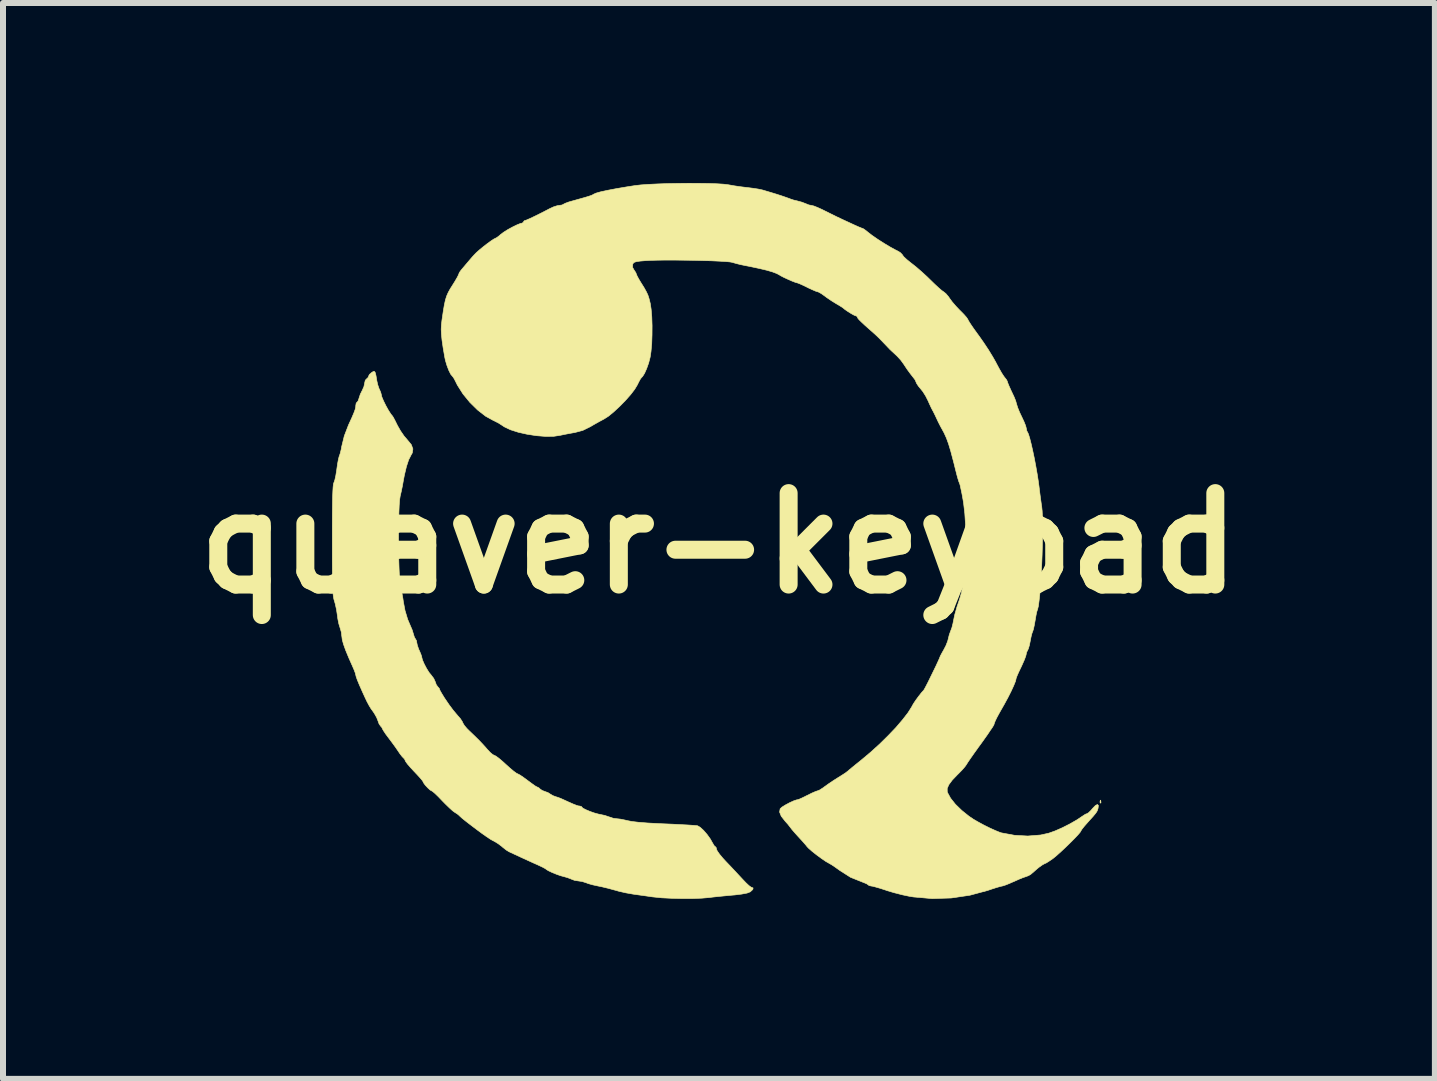
<source format=kicad_pcb>
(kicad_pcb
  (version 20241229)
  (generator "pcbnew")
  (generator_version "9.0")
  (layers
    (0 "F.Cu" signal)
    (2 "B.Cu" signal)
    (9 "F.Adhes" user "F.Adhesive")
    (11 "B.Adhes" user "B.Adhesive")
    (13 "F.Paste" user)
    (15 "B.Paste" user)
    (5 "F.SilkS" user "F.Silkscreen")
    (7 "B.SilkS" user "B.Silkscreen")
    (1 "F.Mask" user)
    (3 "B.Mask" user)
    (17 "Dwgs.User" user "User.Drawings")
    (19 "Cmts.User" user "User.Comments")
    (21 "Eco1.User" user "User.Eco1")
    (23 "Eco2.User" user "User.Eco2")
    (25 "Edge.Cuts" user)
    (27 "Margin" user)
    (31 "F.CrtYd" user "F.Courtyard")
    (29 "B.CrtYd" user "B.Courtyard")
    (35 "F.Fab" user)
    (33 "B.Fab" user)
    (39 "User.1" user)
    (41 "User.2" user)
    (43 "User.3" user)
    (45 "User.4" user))
  (footprint "quaver-keypad"
    (layer "F.Cu")
    (at 8.934 6.004)
    (property "Reference" "quaver-keypad" (at 0 0 0) (layer "F.SilkS") (effects (font (size 1.524 1.524) (thickness 0.3))))
    (attr through_hole)
    (fp_poly (pts (xy 6.364 4.293) (xy 6.367 4.326) (xy 6.363 4.333) (xy 6.353 4.327) (xy 6.352 4.306) (xy 6.357 4.283) (xy 6.364 4.293)) (stroke (width 0.01) (type solid)) (fill yes) (layer "F.SilkS"))
    (fp_poly (pts (xy -5.728 -2.84) (xy -5.716 -2.788) (xy -5.704 -2.713) (xy -5.688 -2.641) (xy -5.666 -2.576) (xy -5.66 -2.565) (xy -5.639 -2.517) (xy -5.63 -2.484) (xy -5.62 -2.44) (xy -5.592 -2.373) (xy -5.553 -2.294) (xy -5.51 -2.216) (xy -5.468 -2.151) (xy -5.44 -2.117) (xy -5.426 -2.094) (xy -5.399 -2.043) (xy -5.365 -1.974) (xy -5.358 -1.96) (xy -5.308 -1.872) (xy -5.248 -1.785) (xy -5.194 -1.722) (xy -5.128 -1.642) (xy -5.102 -1.571) (xy -5.112 -1.504) (xy -5.134 -1.466) (xy -5.172 -1.391) (xy -5.209 -1.279) (xy -5.243 -1.137) (xy -5.26 -1.048) (xy -5.277 -0.952) (xy -5.296 -0.86) (xy -5.313 -0.788) (xy -5.314 -0.783) (xy -5.323 -0.725) (xy -5.33 -0.632) (xy -5.335 -0.511) (xy -5.339 -0.368) (xy -5.341 -0.21) (xy -5.341 -0.045) (xy -5.34 0.122) (xy -5.337 0.282) (xy -5.332 0.429) (xy -5.326 0.556) (xy -5.319 0.656) (xy -5.309 0.722) (xy -5.308 0.73) (xy -5.286 0.824) (xy -5.268 0.924) (xy -5.261 0.974) (xy -5.233 1.123) (xy -5.189 1.27) (xy -5.144 1.376) (xy -5.114 1.445) (xy -5.093 1.514) (xy -5.092 1.518) (xy -5.076 1.569) (xy -5.058 1.598) (xy -5.057 1.599) (xy -5.041 1.628) (xy -5.037 1.658) (xy -5.027 1.705) (xy -5.005 1.768) (xy -4.995 1.789) (xy -4.97 1.847) (xy -4.955 1.891) (xy -4.954 1.901) (xy -4.942 1.947) (xy -4.913 2.014) (xy -4.874 2.088) (xy -4.833 2.154) (xy -4.796 2.199) (xy -4.796 2.2) (xy -4.755 2.253) (xy -4.73 2.308) (xy -4.711 2.361) (xy -4.687 2.393) (xy -4.661 2.423) (xy -4.657 2.437) (xy -4.646 2.462) (xy -4.617 2.512) (xy -4.576 2.579) (xy -4.563 2.598) (xy -4.497 2.695) (xy -4.432 2.782) (xy -4.356 2.873) (xy -4.311 2.924) (xy -4.279 2.973) (xy -4.267 3) (xy -4.245 3.037) (xy -4.202 3.088) (xy -4.166 3.124) (xy -4.071 3.215) (xy -3.999 3.286) (xy -3.94 3.348) (xy -3.884 3.41) (xy -3.863 3.435) (xy -3.813 3.488) (xy -3.77 3.524) (xy -3.747 3.535) (xy -3.718 3.549) (xy -3.668 3.586) (xy -3.604 3.64) (xy -3.557 3.683) (xy -3.486 3.747) (xy -3.423 3.8) (xy -3.375 3.835) (xy -3.356 3.844) (xy -3.319 3.863) (xy -3.261 3.902) (xy -3.193 3.952) (xy -3.181 3.961) (xy -3.116 4.009) (xy -3.064 4.046) (xy -3.033 4.063) (xy -3.03 4.064) (xy -3.002 4.078) (xy -2.986 4.094) (xy -2.948 4.121) (xy -2.904 4.138) (xy -2.849 4.158) (xy -2.815 4.18) (xy -2.77 4.207) (xy -2.731 4.222) (xy -2.672 4.241) (xy -2.614 4.265) (xy -2.507 4.314) (xy -2.432 4.347) (xy -2.381 4.367) (xy -2.348 4.378) (xy -2.326 4.381) (xy -2.322 4.381) (xy -2.291 4.39) (xy -2.286 4.399) (xy -2.268 4.417) (xy -2.219 4.442) (xy -2.153 4.47) (xy -2.08 4.496) (xy -2.011 4.515) (xy -1.977 4.522) (xy -1.902 4.538) (xy -1.832 4.562) (xy -1.828 4.563) (xy -1.762 4.585) (xy -1.7 4.593) (xy -1.645 4.599) (xy -1.57 4.614) (xy -1.523 4.625) (xy -1.451 4.639) (xy -1.339 4.652) (xy -1.189 4.664) (xy -1.002 4.674) (xy -0.911 4.678) (xy -0.767 4.684) (xy -0.634 4.691) (xy -0.52 4.697) (xy -0.43 4.703) (xy -0.372 4.708) (xy -0.357 4.71) (xy -0.314 4.735) (xy -0.258 4.786) (xy -0.199 4.854) (xy -0.145 4.929) (xy -0.104 5.002) (xy -0.102 5.005) (xy -0.079 5.044) (xy -0.06 5.059) (xy -0.045 5.077) (xy -0.042 5.1) (xy -0.028 5.131) (xy 0.01 5.185) (xy 0.065 5.251) (xy 0.111 5.301) (xy 0.194 5.388) (xy 0.283 5.483) (xy 0.364 5.57) (xy 0.39 5.598) (xy 0.449 5.66) (xy 0.5 5.708) (xy 0.536 5.734) (xy 0.543 5.736) (xy 0.569 5.747) (xy 0.563 5.773) (xy 0.526 5.807) (xy 0.52 5.812) (xy 0.468 5.832) (xy 0.378 5.849) (xy 0.257 5.864) (xy 0.239 5.865) (xy 0.121 5.876) (xy -0.003 5.888) (xy -0.114 5.9) (xy -0.158 5.906) (xy -0.287 5.917) (xy -0.445 5.923) (xy -0.617 5.923) (xy -0.792 5.919) (xy -0.955 5.911) (xy -1.092 5.897) (xy -1.111 5.895) (xy -1.22 5.879) (xy -1.336 5.863) (xy -1.435 5.849) (xy -1.45 5.846) (xy -1.553 5.828) (xy -1.667 5.802) (xy -1.746 5.78) (xy -1.844 5.753) (xy -1.948 5.728) (xy -2.021 5.713) (xy -2.103 5.695) (xy -2.178 5.674) (xy -2.215 5.66) (xy -2.281 5.639) (xy -2.342 5.63) (xy -2.407 5.62) (xy -2.459 5.6) (xy -2.523 5.575) (xy -2.586 5.557) (xy -2.642 5.542) (xy -2.712 5.517) (xy -2.783 5.488) (xy -2.842 5.46) (xy -2.877 5.439) (xy -2.879 5.436) (xy -2.903 5.42) (xy -2.955 5.393) (xy -3.017 5.364) (xy -3.098 5.328) (xy -3.196 5.283) (xy -3.301 5.235) (xy -3.398 5.19) (xy -3.476 5.154) (xy -3.503 5.141) (xy -3.545 5.115) (xy -3.599 5.073) (xy -3.619 5.055) (xy -3.683 5.007) (xy -3.751 4.966) (xy -3.768 4.958) (xy -3.807 4.936) (xy -3.872 4.893) (xy -3.953 4.836) (xy -4.042 4.77) (xy -4.132 4.702) (xy -4.215 4.638) (xy -4.281 4.585) (xy -4.323 4.547) (xy -4.329 4.54) (xy -4.363 4.512) (xy -4.403 4.487) (xy -4.439 4.461) (xy -4.495 4.41) (xy -4.562 4.345) (xy -4.612 4.294) (xy -4.677 4.226) (xy -4.734 4.171) (xy -4.774 4.137) (xy -4.79 4.128) (xy -4.816 4.113) (xy -4.855 4.077) (xy -4.896 4.033) (xy -4.925 3.993) (xy -4.932 3.976) (xy -4.946 3.954) (xy -4.983 3.91) (xy -5.038 3.85) (xy -5.08 3.806) (xy -5.143 3.738) (xy -5.192 3.681) (xy -5.222 3.64) (xy -5.228 3.627) (xy -5.244 3.593) (xy -5.255 3.584) (xy -5.281 3.557) (xy -5.319 3.508) (xy -5.344 3.471) (xy -5.389 3.405) (xy -5.448 3.324) (xy -5.508 3.244) (xy -5.556 3.18) (xy -5.591 3.127) (xy -5.609 3.096) (xy -5.609 3.093) (xy -5.624 3.065) (xy -5.64 3.049) (xy -5.666 3.011) (xy -5.684 2.961) (xy -5.705 2.907) (xy -5.742 2.841) (xy -5.764 2.808) (xy -5.801 2.757) (xy -5.833 2.704) (xy -5.868 2.639) (xy -5.909 2.552) (xy -5.948 2.466) (xy -5.997 2.355) (xy -6.029 2.277) (xy -6.047 2.226) (xy -6.054 2.198) (xy -6.054 2.197) (xy -6.062 2.164) (xy -6.083 2.109) (xy -6.097 2.076) (xy -6.169 1.914) (xy -6.222 1.786) (xy -6.258 1.686) (xy -6.279 1.61) (xy -6.286 1.554) (xy -6.287 1.549) (xy -6.295 1.481) (xy -6.316 1.41) (xy -6.317 1.407) (xy -6.336 1.345) (xy -6.353 1.262) (xy -6.361 1.201) (xy -6.375 1.108) (xy -6.396 1.012) (xy -6.41 0.963) (xy -6.419 0.933) (xy -6.426 0.896) (xy -6.432 0.848) (xy -6.436 0.785) (xy -6.44 0.704) (xy -6.442 0.599) (xy -6.444 0.467) (xy -6.445 0.305) (xy -6.445 0.106) (xy -6.445 -0.053) (xy -6.445 -0.287) (xy -6.444 -0.483) (xy -6.442 -0.642) (xy -6.44 -0.768) (xy -6.436 -0.864) (xy -6.432 -0.934) (xy -6.427 -0.981) (xy -6.42 -1.007) (xy -6.418 -1.01) (xy -6.403 -1.053) (xy -6.387 -1.125) (xy -6.373 -1.211) (xy -6.37 -1.233) (xy -6.358 -1.319) (xy -6.344 -1.394) (xy -6.332 -1.443) (xy -6.329 -1.45) (xy -6.314 -1.494) (xy -6.297 -1.562) (xy -6.289 -1.609) (xy -6.245 -1.788) (xy -6.176 -1.968) (xy -6.171 -1.979) (xy -6.12 -2.09) (xy -6.086 -2.17) (xy -6.065 -2.227) (xy -6.055 -2.269) (xy -6.054 -2.293) (xy -6.047 -2.334) (xy -6.034 -2.349) (xy -6.017 -2.368) (xy -6.001 -2.412) (xy -6 -2.417) (xy -5.978 -2.483) (xy -5.945 -2.549) (xy -5.918 -2.61) (xy -5.906 -2.668) (xy -5.906 -2.67) (xy -5.895 -2.716) (xy -5.874 -2.738) (xy -5.846 -2.765) (xy -5.842 -2.78) (xy -5.826 -2.813) (xy -5.79 -2.844) (xy -5.761 -2.862) (xy -5.741 -2.862) (xy -5.728 -2.84)) (stroke (width 0.01) (type solid)) (fill yes) (layer "F.SilkS"))
    (fp_poly (pts (xy -0.335 -5.998) (xy -0.176 -5.996) (xy -0.035 -5.991) (xy 0.078 -5.984) (xy 0.158 -5.974) (xy 0.169 -5.972) (xy 0.247 -5.958) (xy 0.348 -5.943) (xy 0.452 -5.93) (xy 0.473 -5.928) (xy 0.566 -5.916) (xy 0.652 -5.903) (xy 0.714 -5.89) (xy 0.727 -5.887) (xy 0.797 -5.866) (xy 0.868 -5.845) (xy 0.95 -5.82) (xy 1.04 -5.791) (xy 1.124 -5.762) (xy 1.185 -5.74) (xy 1.196 -5.735) (xy 1.246 -5.719) (xy 1.31 -5.704) (xy 1.312 -5.703) (xy 1.382 -5.684) (xy 1.444 -5.66) (xy 1.499 -5.638) (xy 1.542 -5.63) (xy 1.58 -5.621) (xy 1.643 -5.596) (xy 1.72 -5.561) (xy 1.75 -5.546) (xy 1.849 -5.497) (xy 1.956 -5.444) (xy 2.066 -5.392) (xy 2.17 -5.344) (xy 2.261 -5.302) (xy 2.333 -5.27) (xy 2.377 -5.252) (xy 2.388 -5.249) (xy 2.414 -5.237) (xy 2.458 -5.204) (xy 2.486 -5.181) (xy 2.555 -5.128) (xy 2.648 -5.064) (xy 2.753 -4.997) (xy 2.855 -4.936) (xy 2.941 -4.889) (xy 2.968 -4.876) (xy 3.021 -4.845) (xy 3.055 -4.811) (xy 3.059 -4.803) (xy 3.081 -4.774) (xy 3.129 -4.729) (xy 3.193 -4.677) (xy 3.21 -4.664) (xy 3.286 -4.604) (xy 3.377 -4.525) (xy 3.47 -4.44) (xy 3.522 -4.389) (xy 3.595 -4.318) (xy 3.662 -4.256) (xy 3.714 -4.211) (xy 3.742 -4.192) (xy 3.782 -4.16) (xy 3.827 -4.107) (xy 3.844 -4.081) (xy 3.887 -4.023) (xy 3.948 -3.952) (xy 4.016 -3.88) (xy 4.024 -3.873) (xy 4.082 -3.814) (xy 4.125 -3.765) (xy 4.147 -3.733) (xy 4.149 -3.728) (xy 4.161 -3.704) (xy 4.194 -3.652) (xy 4.243 -3.58) (xy 4.305 -3.494) (xy 4.333 -3.456) (xy 4.411 -3.345) (xy 4.49 -3.226) (xy 4.561 -3.11) (xy 4.616 -3.013) (xy 4.619 -3.006) (xy 4.666 -2.918) (xy 4.71 -2.84) (xy 4.747 -2.783) (xy 4.763 -2.762) (xy 4.793 -2.724) (xy 4.805 -2.7) (xy 4.814 -2.671) (xy 4.837 -2.615) (xy 4.87 -2.542) (xy 4.908 -2.462) (xy 4.921 -2.434) (xy 4.945 -2.374) (xy 4.963 -2.311) (xy 4.98 -2.257) (xy 5.011 -2.181) (xy 5.049 -2.101) (xy 5.05 -2.099) (xy 5.085 -2.024) (xy 5.111 -1.959) (xy 5.122 -1.917) (xy 5.122 -1.915) (xy 5.132 -1.869) (xy 5.143 -1.851) (xy 5.158 -1.819) (xy 5.179 -1.752) (xy 5.203 -1.658) (xy 5.229 -1.544) (xy 5.256 -1.417) (xy 5.281 -1.284) (xy 5.304 -1.153) (xy 5.323 -1.031) (xy 5.335 -0.942) (xy 5.348 -0.835) (xy 5.363 -0.723) (xy 5.376 -0.629) (xy 5.379 -0.614) (xy 5.387 -0.536) (xy 5.392 -0.428) (xy 5.394 -0.295) (xy 5.394 -0.143) (xy 5.391 0.022) (xy 5.386 0.195) (xy 5.379 0.368) (xy 5.37 0.537) (xy 5.36 0.695) (xy 5.349 0.837) (xy 5.336 0.956) (xy 5.324 1.048) (xy 5.31 1.105) (xy 5.305 1.118) (xy 5.296 1.147) (xy 5.284 1.206) (xy 5.271 1.283) (xy 5.269 1.293) (xy 5.255 1.372) (xy 5.241 1.435) (xy 5.23 1.469) (xy 5.229 1.471) (xy 5.217 1.502) (xy 5.202 1.561) (xy 5.189 1.628) (xy 5.174 1.702) (xy 5.157 1.759) (xy 5.144 1.786) (xy 5.125 1.824) (xy 5.122 1.847) (xy 5.113 1.883) (xy 5.09 1.945) (xy 5.055 2.024) (xy 5.038 2.061) (xy 5 2.14) (xy 4.971 2.205) (xy 4.955 2.247) (xy 4.953 2.255) (xy 4.943 2.299) (xy 4.914 2.371) (xy 4.871 2.465) (xy 4.816 2.574) (xy 4.753 2.69) (xy 4.726 2.737) (xy 4.675 2.827) (xy 4.633 2.904) (xy 4.605 2.962) (xy 4.593 2.993) (xy 4.593 2.993) (xy 4.581 3.03) (xy 4.556 3.072) (xy 4.521 3.122) (xy 4.498 3.157) (xy 4.478 3.187) (xy 4.438 3.243) (xy 4.385 3.318) (xy 4.322 3.404) (xy 4.313 3.417) (xy 4.249 3.506) (xy 4.193 3.586) (xy 4.15 3.649) (xy 4.126 3.687) (xy 4.125 3.689) (xy 4.099 3.726) (xy 4.051 3.781) (xy 3.991 3.843) (xy 3.978 3.855) (xy 3.888 3.949) (xy 3.831 4.026) (xy 3.804 4.089) (xy 3.805 4.144) (xy 3.81 4.158) (xy 3.86 4.25) (xy 3.941 4.352) (xy 4.047 4.455) (xy 4.168 4.552) (xy 4.239 4.6) (xy 4.32 4.647) (xy 4.416 4.699) (xy 4.517 4.749) (xy 4.61 4.791) (xy 4.684 4.821) (xy 4.71 4.829) (xy 4.928 4.869) (xy 5.148 4.881) (xy 5.36 4.864) (xy 5.496 4.834) (xy 5.6 4.797) (xy 5.723 4.743) (xy 5.851 4.678) (xy 5.969 4.61) (xy 6.064 4.546) (xy 6.065 4.546) (xy 6.107 4.518) (xy 6.135 4.508) (xy 6.16 4.493) (xy 6.2 4.454) (xy 6.225 4.424) (xy 6.274 4.373) (xy 6.308 4.355) (xy 6.324 4.371) (xy 6.319 4.417) (xy 6.31 4.448) (xy 6.297 4.476) (xy 6.273 4.509) (xy 6.234 4.556) (xy 6.173 4.623) (xy 6.144 4.656) (xy 6.091 4.716) (xy 6.052 4.765) (xy 6.033 4.795) (xy 6.032 4.798) (xy 6.018 4.821) (xy 5.978 4.867) (xy 5.92 4.928) (xy 5.849 4.999) (xy 5.773 5.073) (xy 5.697 5.144) (xy 5.628 5.206) (xy 5.572 5.252) (xy 5.567 5.256) (xy 5.506 5.298) (xy 5.453 5.331) (xy 5.429 5.341) (xy 5.389 5.363) (xy 5.334 5.402) (xy 5.302 5.428) (xy 5.25 5.474) (xy 5.209 5.509) (xy 5.195 5.521) (xy 5.158 5.542) (xy 5.121 5.556) (xy 5.063 5.576) (xy 5.006 5.599) (xy 4.948 5.625) (xy 4.874 5.657) (xy 4.843 5.671) (xy 4.781 5.696) (xy 4.733 5.712) (xy 4.718 5.715) (xy 4.688 5.722) (xy 4.628 5.739) (xy 4.547 5.765) (xy 4.479 5.788) (xy 4.182 5.868) (xy 3.87 5.914) (xy 3.554 5.924) (xy 3.245 5.897) (xy 3.175 5.886) (xy 3.057 5.861) (xy 2.924 5.827) (xy 2.801 5.791) (xy 2.777 5.782) (xy 2.688 5.753) (xy 2.611 5.731) (xy 2.557 5.717) (xy 2.54 5.715) (xy 2.501 5.706) (xy 2.488 5.695) (xy 2.461 5.677) (xy 2.411 5.656) (xy 2.397 5.651) (xy 2.193 5.569) (xy 2.011 5.453) (xy 1.943 5.404) (xy 1.881 5.362) (xy 1.841 5.339) (xy 1.783 5.306) (xy 1.708 5.255) (xy 1.628 5.196) (xy 1.553 5.137) (xy 1.495 5.086) (xy 1.471 5.061) (xy 1.435 5.017) (xy 1.382 4.957) (xy 1.324 4.894) (xy 1.267 4.831) (xy 1.218 4.774) (xy 1.188 4.735) (xy 1.149 4.685) (xy 1.105 4.636) (xy 1.038 4.551) (xy 1.01 4.481) (xy 1.02 4.426) (xy 1.02 4.426) (xy 1.05 4.399) (xy 1.106 4.364) (xy 1.175 4.327) (xy 1.242 4.296) (xy 1.295 4.278) (xy 1.311 4.276) (xy 1.338 4.267) (xy 1.392 4.243) (xy 1.462 4.208) (xy 1.475 4.202) (xy 1.547 4.166) (xy 1.607 4.14) (xy 1.641 4.128) (xy 1.644 4.128) (xy 1.674 4.116) (xy 1.723 4.085) (xy 1.761 4.058) (xy 1.828 4.01) (xy 1.913 3.953) (xy 1.984 3.908) (xy 2.053 3.865) (xy 2.11 3.828) (xy 2.142 3.803) (xy 2.143 3.803) (xy 2.169 3.78) (xy 2.221 3.737) (xy 2.291 3.68) (xy 2.373 3.614) (xy 2.379 3.609) (xy 2.529 3.483) (xy 2.678 3.348) (xy 2.819 3.209) (xy 2.949 3.073) (xy 3.06 2.943) (xy 3.15 2.827) (xy 3.212 2.729) (xy 3.222 2.709) (xy 3.246 2.668) (xy 3.286 2.609) (xy 3.332 2.547) (xy 3.375 2.492) (xy 3.406 2.458) (xy 3.41 2.455) (xy 3.423 2.434) (xy 3.451 2.382) (xy 3.488 2.31) (xy 3.53 2.224) (xy 3.574 2.134) (xy 3.616 2.048) (xy 3.65 1.974) (xy 3.674 1.921) (xy 3.683 1.897) (xy 3.693 1.874) (xy 3.719 1.826) (xy 3.745 1.78) (xy 3.784 1.705) (xy 3.813 1.63) (xy 3.822 1.594) (xy 3.839 1.525) (xy 3.861 1.465) (xy 3.863 1.46) (xy 3.883 1.406) (xy 3.901 1.334) (xy 3.905 1.312) (xy 3.929 1.195) (xy 3.967 1.061) (xy 4.011 0.931) (xy 4.043 0.82) (xy 4.069 0.675) (xy 4.09 0.503) (xy 4.105 0.312) (xy 4.113 0.11) (xy 4.115 -0.097) (xy 4.11 -0.299) (xy 4.098 -0.49) (xy 4.078 -0.662) (xy 4.068 -0.725) (xy 4.05 -0.824) (xy 4.032 -0.909) (xy 4.019 -0.969) (xy 4.01 -0.997) (xy 3.997 -1.029) (xy 3.979 -1.087) (xy 3.965 -1.139) (xy 3.941 -1.233) (xy 3.916 -1.334) (xy 3.905 -1.376) (xy 3.864 -1.531) (xy 3.827 -1.654) (xy 3.791 -1.753) (xy 3.753 -1.837) (xy 3.71 -1.916) (xy 3.704 -1.926) (xy 3.685 -1.962) (xy 3.655 -2.021) (xy 3.63 -2.074) (xy 3.598 -2.142) (xy 3.57 -2.198) (xy 3.556 -2.223) (xy 3.538 -2.258) (xy 3.51 -2.318) (xy 3.484 -2.376) (xy 3.444 -2.455) (xy 3.397 -2.529) (xy 3.367 -2.566) (xy 3.324 -2.618) (xy 3.294 -2.664) (xy 3.289 -2.676) (xy 3.269 -2.722) (xy 3.257 -2.739) (xy 3.19 -2.825) (xy 3.14 -2.893) (xy 3.097 -2.957) (xy 3.083 -2.979) (xy 3.033 -3.048) (xy 2.977 -3.11) (xy 2.959 -3.128) (xy 2.852 -3.227) (xy 2.731 -3.354) (xy 2.707 -3.379) (xy 2.663 -3.424) (xy 2.601 -3.483) (xy 2.532 -3.544) (xy 2.531 -3.545) (xy 2.439 -3.626) (xy 2.376 -3.685) (xy 2.335 -3.725) (xy 2.314 -3.751) (xy 2.307 -3.767) (xy 2.307 -3.769) (xy 2.291 -3.788) (xy 2.282 -3.789) (xy 2.253 -3.8) (xy 2.204 -3.827) (xy 2.148 -3.862) (xy 2.1 -3.895) (xy 2.074 -3.917) (xy 2.052 -3.933) (xy 2.004 -3.963) (xy 1.959 -3.989) (xy 1.878 -4.039) (xy 1.794 -4.096) (xy 1.762 -4.12) (xy 1.706 -4.16) (xy 1.661 -4.185) (xy 1.644 -4.191) (xy 1.614 -4.2) (xy 1.558 -4.224) (xy 1.486 -4.257) (xy 1.471 -4.265) (xy 1.399 -4.3) (xy 1.341 -4.326) (xy 1.308 -4.338) (xy 1.305 -4.339) (xy 1.272 -4.348) (xy 1.215 -4.37) (xy 1.147 -4.4) (xy 1.08 -4.431) (xy 1.028 -4.458) (xy 1.016 -4.466) (xy 0.965 -4.494) (xy 0.894 -4.521) (xy 0.799 -4.549) (xy 0.673 -4.579) (xy 0.513 -4.613) (xy 0.445 -4.626) (xy 0.358 -4.644) (xy 0.279 -4.664) (xy 0.224 -4.68) (xy 0.222 -4.681) (xy 0.183 -4.688) (xy 0.107 -4.695) (xy 0.002 -4.701) (xy -0.127 -4.707) (xy -0.272 -4.711) (xy -0.428 -4.715) (xy -0.588 -4.717) (xy -0.746 -4.719) (xy -0.895 -4.719) (xy -1.03 -4.717) (xy -1.143 -4.714) (xy -1.22 -4.71) (xy -1.315 -4.702) (xy -1.376 -4.693) (xy -1.411 -4.682) (xy -1.43 -4.665) (xy -1.438 -4.649) (xy -1.44 -4.597) (xy -1.415 -4.553) (xy -1.387 -4.511) (xy -1.376 -4.483) (xy -1.365 -4.455) (xy -1.338 -4.405) (xy -1.307 -4.353) (xy -1.25 -4.262) (xy -1.212 -4.194) (xy -1.185 -4.137) (xy -1.166 -4.079) (xy -1.148 -4.007) (xy -1.146 -4) (xy -1.131 -3.902) (xy -1.12 -3.773) (xy -1.115 -3.626) (xy -1.116 -3.472) (xy -1.121 -3.324) (xy -1.133 -3.194) (xy -1.147 -3.101) (xy -1.172 -3.004) (xy -1.205 -2.911) (xy -1.24 -2.832) (xy -1.273 -2.779) (xy -1.289 -2.763) (xy -1.309 -2.738) (xy -1.337 -2.687) (xy -1.361 -2.638) (xy -1.405 -2.565) (xy -1.474 -2.475) (xy -1.561 -2.377) (xy -1.657 -2.279) (xy -1.754 -2.189) (xy -1.843 -2.116) (xy -1.917 -2.069) (xy -1.919 -2.068) (xy -1.994 -2.028) (xy -2.083 -1.978) (xy -2.144 -1.942) (xy -2.27 -1.88) (xy -2.409 -1.843) (xy -2.42 -1.842) (xy -2.508 -1.826) (xy -2.59 -1.81) (xy -2.646 -1.798) (xy -2.757 -1.781) (xy -2.893 -1.78) (xy -3.043 -1.792) (xy -3.198 -1.816) (xy -3.345 -1.849) (xy -3.476 -1.891) (xy -3.579 -1.94) (xy -3.61 -1.961) (xy -3.674 -2.002) (xy -3.748 -2.04) (xy -3.758 -2.044) (xy -3.889 -2.116) (xy -4.023 -2.22) (xy -4.152 -2.347) (xy -4.268 -2.489) (xy -4.361 -2.636) (xy -4.389 -2.693) (xy -4.416 -2.745) (xy -4.439 -2.779) (xy -4.444 -2.783) (xy -4.471 -2.816) (xy -4.503 -2.88) (xy -4.534 -2.961) (xy -4.56 -3.048) (xy -4.571 -3.101) (xy -4.598 -3.258) (xy -4.616 -3.382) (xy -4.626 -3.482) (xy -4.63 -3.566) (xy -4.626 -3.643) (xy -4.617 -3.72) (xy -4.596 -3.862) (xy -4.578 -3.97) (xy -4.56 -4.053) (xy -4.539 -4.12) (xy -4.513 -4.179) (xy -4.48 -4.239) (xy -4.444 -4.296) (xy -4.398 -4.37) (xy -4.362 -4.432) (xy -4.342 -4.472) (xy -4.339 -4.481) (xy -4.327 -4.511) (xy -4.297 -4.553) (xy -4.297 -4.553) (xy -4.215 -4.65) (xy -4.155 -4.721) (xy -4.112 -4.771) (xy -4.079 -4.807) (xy -4.052 -4.835) (xy -4.043 -4.844) (xy -3.992 -4.889) (xy -3.929 -4.941) (xy -3.862 -4.993) (xy -3.8 -5.038) (xy -3.753 -5.069) (xy -3.731 -5.08) (xy -3.705 -5.093) (xy -3.661 -5.126) (xy -3.639 -5.146) (xy -3.588 -5.184) (xy -3.518 -5.228) (xy -3.439 -5.271) (xy -3.365 -5.307) (xy -3.307 -5.33) (xy -3.284 -5.334) (xy -3.261 -5.348) (xy -3.26 -5.355) (xy -3.244 -5.376) (xy -3.239 -5.376) (xy -3.21 -5.386) (xy -3.15 -5.412) (xy -3.068 -5.451) (xy -2.969 -5.5) (xy -2.862 -5.555) (xy -2.826 -5.574) (xy -2.757 -5.606) (xy -2.694 -5.626) (xy -2.666 -5.63) (xy -2.617 -5.637) (xy -2.592 -5.65) (xy -2.561 -5.666) (xy -2.504 -5.687) (xy -2.455 -5.701) (xy -2.327 -5.737) (xy -2.234 -5.763) (xy -2.169 -5.783) (xy -2.127 -5.797) (xy -2.102 -5.809) (xy -2.089 -5.817) (xy -2.049 -5.835) (xy -1.971 -5.857) (xy -1.856 -5.882) (xy -1.709 -5.91) (xy -1.532 -5.94) (xy -1.397 -5.961) (xy -1.301 -5.972) (xy -1.175 -5.981) (xy -1.025 -5.988) (xy -0.86 -5.994) (xy -0.684 -5.997) (xy -0.507 -5.999) (xy -0.335 -5.998)) (stroke (width 0.01) (type solid)) (fill yes) (layer "F.SilkS")))
  (gr_rect
    (start -3 -3)
    (end 20.867 14.933)
    (stroke (width 0.1) (type default))
    (fill no)
    (layer "Edge.Cuts")))
</source>
